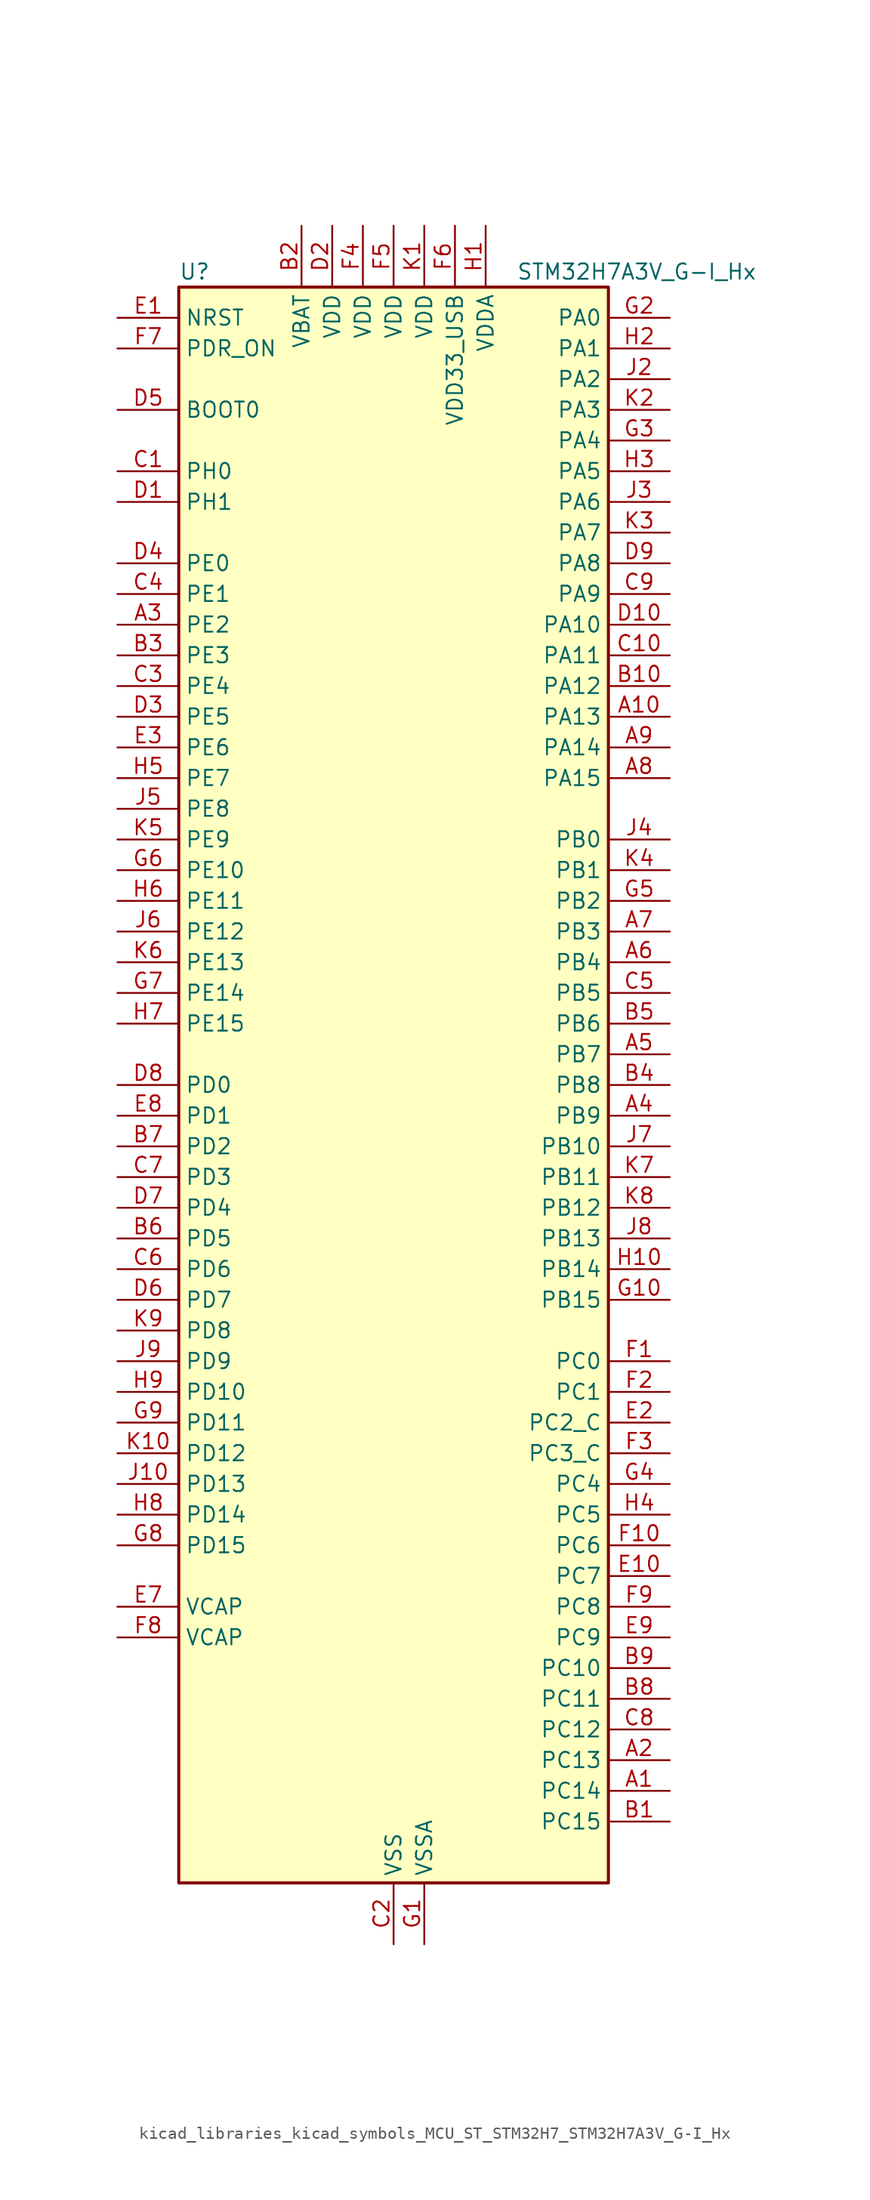
<source format=kicad_sym>
(kicad_symbol_lib
  (version 20220914)
  (generator kicad_symbol_editor)
  (symbol "kicad_libraries_kicad_symbols_MCU_ST_STM32H7_STM32H7A3V_G-I_Hx"
    (property "Reference" "U"
      (at -17.78 67.31 0)
      (effects (font (size 1.27 1.27)) (justify left)))
    (property "Value" "STM32H7A3V_G-I_Hx"
      (at 10.16 67.31 0)
      (effects (font (size 1.27 1.27)) (justify left)))
    (property "ki_locked" ""
      (at 0 0 0)
      (effects (font (size 1.27 1.27))))
    (symbol "kicad_libraries_kicad_symbols_MCU_ST_STM32H7_STM32H7A3V_G-I_Hx_0_1"
      (rectangle (start -17.78 -66.04) (end 17.78 66.04) (stroke (width 0.254) (type default)) (fill (type background))))
    (symbol "kicad_libraries_kicad_symbols_MCU_ST_STM32H7_STM32H7A3V_G-I_Hx_1_1"
      (pin bidirectional line (at 22.86 -58.42 180) (length 5.08) (name "PC14" (effects (font (size 1.27 1.27)))) (number "A1" (effects (font (size 1.27 1.27)))) (alternate "RCC_OSC32_IN" bidirectional line))
      (pin bidirectional line (at 22.86 30.48 180) (length 5.08) (name "PA13" (effects (font (size 1.27 1.27)))) (number "A10" (effects (font (size 1.27 1.27)))) (alternate "DEBUG_JTMS-SWDIO" bidirectional line))
      (pin bidirectional line (at 22.86 -55.88 180) (length 5.08) (name "PC13" (effects (font (size 1.27 1.27)))) (number "A2" (effects (font (size 1.27 1.27)))) (alternate "PWR_WKUP4" bidirectional line) (alternate "RTC_OUT_ALARM" bidirectional line) (alternate "RTC_OUT_CALIB" bidirectional line) (alternate "RTC_TAMP1" bidirectional line) (alternate "RTC_TS" bidirectional line))
      (pin bidirectional line (at -22.86 38.1 0) (length 5.08) (name "PE2" (effects (font (size 1.27 1.27)))) (number "A3" (effects (font (size 1.27 1.27)))) (alternate "DEBUG_TRACECLK" bidirectional line) (alternate "FMC_A23" bidirectional line) (alternate "OCTOSPIM_P1_IO2" bidirectional line) (alternate "SAI1_CK1" bidirectional line) (alternate "SAI1_MCLK_A" bidirectional line) (alternate "SPI4_SCK" bidirectional line) (alternate "USART10_RX" bidirectional line))
      (pin bidirectional line (at 22.86 -2.54 180) (length 5.08) (name "PB9" (effects (font (size 1.27 1.27)))) (number "A4" (effects (font (size 1.27 1.27)))) (alternate "DAC1_EXTI9" bidirectional line) (alternate "DCMI_D7" bidirectional line) (alternate "DFSDM1_DATIN7" bidirectional line) (alternate "FDCAN1_TX" bidirectional line) (alternate "I2C1_SDA" bidirectional line) (alternate "I2C4_SDA" bidirectional line) (alternate "I2C4_SMBA" bidirectional line) (alternate "I2S2_WS" bidirectional line) (alternate "LTDC_B7" bidirectional line) (alternate "PSSI_D7" bidirectional line) (alternate "SDMMC1_CDIR" bidirectional line) (alternate "SDMMC1_D5" bidirectional line) (alternate "SDMMC2_D5" bidirectional line) (alternate "SPI2_NSS" bidirectional line) (alternate "TIM17_CH1" bidirectional line) (alternate "TIM4_CH4" bidirectional line) (alternate "UART4_TX" bidirectional line))
      (pin bidirectional line (at 22.86 2.54 180) (length 5.08) (name "PB7" (effects (font (size 1.27 1.27)))) (number "A5" (effects (font (size 1.27 1.27)))) (alternate "DCMI_VSYNC" bidirectional line) (alternate "DFSDM1_CKIN5" bidirectional line) (alternate "FMC_NL" bidirectional line) (alternate "I2C1_SDA" bidirectional line) (alternate "I2C4_SDA" bidirectional line) (alternate "LPUART1_RX" bidirectional line) (alternate "PSSI_RDY" bidirectional line) (alternate "PWR_PVD_IN" bidirectional line) (alternate "TIM17_CH1N" bidirectional line) (alternate "TIM4_CH2" bidirectional line) (alternate "USART1_RX" bidirectional line))
      (pin bidirectional line (at 22.86 10.16 180) (length 5.08) (name "PB4" (effects (font (size 1.27 1.27)))) (number "A6" (effects (font (size 1.27 1.27)))) (alternate "DEBUG_JTRST" bidirectional line) (alternate "I2S1_SDI" bidirectional line) (alternate "I2S2_WS" bidirectional line) (alternate "I2S3_SDI" bidirectional line) (alternate "I2S6_SDI" bidirectional line) (alternate "SDMMC2_D3" bidirectional line) (alternate "SPI1_MISO" bidirectional line) (alternate "SPI2_NSS" bidirectional line) (alternate "SPI3_MISO" bidirectional line) (alternate "SPI6_MISO" bidirectional line) (alternate "TIM16_BKIN" bidirectional line) (alternate "TIM3_CH1" bidirectional line) (alternate "UART7_TX" bidirectional line))
      (pin bidirectional line (at 22.86 12.7 180) (length 5.08) (name "PB3" (effects (font (size 1.27 1.27)))) (number "A7" (effects (font (size 1.27 1.27)))) (alternate "CRS_SYNC" bidirectional line) (alternate "DEBUG_JTDO-SWO" bidirectional line) (alternate "I2S1_CK" bidirectional line) (alternate "I2S3_CK" bidirectional line) (alternate "I2S6_CK" bidirectional line) (alternate "SDMMC2_D2" bidirectional line) (alternate "SPI1_SCK" bidirectional line) (alternate "SPI3_SCK" bidirectional line) (alternate "SPI6_SCK" bidirectional line) (alternate "TIM2_CH2" bidirectional line) (alternate "UART7_RX" bidirectional line))
      (pin bidirectional line (at 22.86 25.4 180) (length 5.08) (name "PA15" (effects (font (size 1.27 1.27)))) (number "A8" (effects (font (size 1.27 1.27)))) (alternate "ADC1_EXTI15" bidirectional line) (alternate "ADC2_EXTI15" bidirectional line) (alternate "CEC" bidirectional line) (alternate "DEBUG_JTDI" bidirectional line) (alternate "I2S1_WS" bidirectional line) (alternate "I2S3_WS" bidirectional line) (alternate "I2S6_WS" bidirectional line) (alternate "LTDC_B6" bidirectional line) (alternate "LTDC_R3" bidirectional line) (alternate "SPI1_NSS" bidirectional line) (alternate "SPI3_NSS" bidirectional line) (alternate "SPI6_NSS" bidirectional line) (alternate "TIM2_CH1" bidirectional line) (alternate "TIM2_ETR" bidirectional line) (alternate "UART4_DE" bidirectional line) (alternate "UART4_RTS" bidirectional line) (alternate "UART7_TX" bidirectional line))
      (pin bidirectional line (at 22.86 27.94 180) (length 5.08) (name "PA14" (effects (font (size 1.27 1.27)))) (number "A9" (effects (font (size 1.27 1.27)))) (alternate "DEBUG_JTCK-SWCLK" bidirectional line))
      (pin bidirectional line (at 22.86 -60.96 180) (length 5.08) (name "PC15" (effects (font (size 1.27 1.27)))) (number "B1" (effects (font (size 1.27 1.27)))) (alternate "ADC1_EXTI15" bidirectional line) (alternate "ADC2_EXTI15" bidirectional line) (alternate "RCC_OSC32_OUT" bidirectional line))
      (pin bidirectional line (at 22.86 33.02 180) (length 5.08) (name "PA12" (effects (font (size 1.27 1.27)))) (number "B10" (effects (font (size 1.27 1.27)))) (alternate "FDCAN1_TX" bidirectional line) (alternate "I2S2_CK" bidirectional line) (alternate "LPUART1_DE" bidirectional line) (alternate "LPUART1_RTS" bidirectional line) (alternate "LTDC_R5" bidirectional line) (alternate "SAI2_FS_B" bidirectional line) (alternate "SPI2_SCK" bidirectional line) (alternate "TIM1_ETR" bidirectional line) (alternate "UART4_TX" bidirectional line) (alternate "USART1_DE" bidirectional line) (alternate "USART1_RTS" bidirectional line) (alternate "USB_OTG_HS_DP" bidirectional line))
      (pin power_in line (at -7.62 71.12 270) (length 5.08) (name "VBAT" (effects (font (size 1.27 1.27)))) (number "B2" (effects (font (size 1.27 1.27)))))
      (pin bidirectional line (at -22.86 35.56 0) (length 5.08) (name "PE3" (effects (font (size 1.27 1.27)))) (number "B3" (effects (font (size 1.27 1.27)))) (alternate "DEBUG_TRACED0" bidirectional line) (alternate "FMC_A19" bidirectional line) (alternate "SAI1_SD_B" bidirectional line) (alternate "TIM15_BKIN" bidirectional line) (alternate "USART10_TX" bidirectional line))
      (pin bidirectional line (at 22.86 0 180) (length 5.08) (name "PB8" (effects (font (size 1.27 1.27)))) (number "B4" (effects (font (size 1.27 1.27)))) (alternate "DCMI_D6" bidirectional line) (alternate "DFSDM1_CKIN7" bidirectional line) (alternate "FDCAN1_RX" bidirectional line) (alternate "I2C1_SCL" bidirectional line) (alternate "I2C4_SCL" bidirectional line) (alternate "LTDC_B6" bidirectional line) (alternate "PSSI_D6" bidirectional line) (alternate "SDMMC1_CKIN" bidirectional line) (alternate "SDMMC1_D4" bidirectional line) (alternate "SDMMC2_D4" bidirectional line) (alternate "TIM16_CH1" bidirectional line) (alternate "TIM4_CH3" bidirectional line) (alternate "UART4_RX" bidirectional line))
      (pin bidirectional line (at 22.86 5.08 180) (length 5.08) (name "PB6" (effects (font (size 1.27 1.27)))) (number "B5" (effects (font (size 1.27 1.27)))) (alternate "CEC" bidirectional line) (alternate "DCMI_D5" bidirectional line) (alternate "DFSDM1_DATIN5" bidirectional line) (alternate "FDCAN2_TX" bidirectional line) (alternate "FMC_SDNE1" bidirectional line) (alternate "I2C1_SCL" bidirectional line) (alternate "I2C4_SCL" bidirectional line) (alternate "LPUART1_TX" bidirectional line) (alternate "OCTOSPIM_P1_NCS" bidirectional line) (alternate "PSSI_D5" bidirectional line) (alternate "TIM16_CH1N" bidirectional line) (alternate "TIM4_CH1" bidirectional line) (alternate "UART5_TX" bidirectional line) (alternate "USART1_TX" bidirectional line))
      (pin bidirectional line (at -22.86 -12.7 0) (length 5.08) (name "PD5" (effects (font (size 1.27 1.27)))) (number "B6" (effects (font (size 1.27 1.27)))) (alternate "FMC_NWE" bidirectional line) (alternate "OCTOSPIM_P1_IO5" bidirectional line) (alternate "USART2_TX" bidirectional line))
      (pin bidirectional line (at -22.86 -5.08 0) (length 5.08) (name "PD2" (effects (font (size 1.27 1.27)))) (number "B7" (effects (font (size 1.27 1.27)))) (alternate "DCMI_D11" bidirectional line) (alternate "DEBUG_TRACED2" bidirectional line) (alternate "LTDC_B2" bidirectional line) (alternate "LTDC_B7" bidirectional line) (alternate "PSSI_D11" bidirectional line) (alternate "SDMMC1_CMD" bidirectional line) (alternate "TIM15_BKIN" bidirectional line) (alternate "TIM3_ETR" bidirectional line) (alternate "UART5_RX" bidirectional line))
      (pin bidirectional line (at 22.86 -50.8 180) (length 5.08) (name "PC11" (effects (font (size 1.27 1.27)))) (number "B8" (effects (font (size 1.27 1.27)))) (alternate "ADC1_EXTI11" bidirectional line) (alternate "ADC2_EXTI11" bidirectional line) (alternate "DCMI_D4" bidirectional line) (alternate "DFSDM1_DATIN5" bidirectional line) (alternate "DFSDM2_DATIN0" bidirectional line) (alternate "I2S3_SDI" bidirectional line) (alternate "LTDC_B4" bidirectional line) (alternate "OCTOSPIM_P1_NCS" bidirectional line) (alternate "PSSI_D4" bidirectional line) (alternate "SDMMC1_D3" bidirectional line) (alternate "SPI3_MISO" bidirectional line) (alternate "UART4_RX" bidirectional line) (alternate "USART3_RX" bidirectional line))
      (pin bidirectional line (at 22.86 -48.26 180) (length 5.08) (name "PC10" (effects (font (size 1.27 1.27)))) (number "B9" (effects (font (size 1.27 1.27)))) (alternate "DCMI_D8" bidirectional line) (alternate "DFSDM1_CKIN5" bidirectional line) (alternate "DFSDM2_CKIN0" bidirectional line) (alternate "I2S3_CK" bidirectional line) (alternate "LTDC_B1" bidirectional line) (alternate "LTDC_R2" bidirectional line) (alternate "OCTOSPIM_P1_IO1" bidirectional line) (alternate "PSSI_D8" bidirectional line) (alternate "SDMMC1_D2" bidirectional line) (alternate "SPI3_SCK" bidirectional line) (alternate "SWPMI1_RX" bidirectional line) (alternate "UART4_TX" bidirectional line) (alternate "USART3_TX" bidirectional line))
      (pin bidirectional line (at -22.86 50.8 0) (length 5.08) (name "PH0" (effects (font (size 1.27 1.27)))) (number "C1" (effects (font (size 1.27 1.27)))) (alternate "RCC_OSC_IN" bidirectional line))
      (pin bidirectional line (at 22.86 35.56 180) (length 5.08) (name "PA11" (effects (font (size 1.27 1.27)))) (number "C10" (effects (font (size 1.27 1.27)))) (alternate "ADC1_EXTI11" bidirectional line) (alternate "ADC2_EXTI11" bidirectional line) (alternate "FDCAN1_RX" bidirectional line) (alternate "I2S2_WS" bidirectional line) (alternate "LPUART1_CTS" bidirectional line) (alternate "LTDC_R4" bidirectional line) (alternate "SPI2_NSS" bidirectional line) (alternate "TIM1_CH4" bidirectional line) (alternate "UART4_RX" bidirectional line) (alternate "USART1_CTS" bidirectional line) (alternate "USART1_NSS" bidirectional line) (alternate "USB_OTG_HS_DM" bidirectional line))
      (pin power_in line (at 0 -71.12 90) (length 5.08) (name "VSS" (effects (font (size 1.27 1.27)))) (number "C2" (effects (font (size 1.27 1.27)))))
      (pin bidirectional line (at -22.86 33.02 0) (length 5.08) (name "PE4" (effects (font (size 1.27 1.27)))) (number "C3" (effects (font (size 1.27 1.27)))) (alternate "DCMI_D4" bidirectional line) (alternate "DEBUG_TRACED1" bidirectional line) (alternate "DFSDM1_DATIN3" bidirectional line) (alternate "FMC_A20" bidirectional line) (alternate "LTDC_B0" bidirectional line) (alternate "PSSI_D4" bidirectional line) (alternate "SAI1_D2" bidirectional line) (alternate "SAI1_FS_A" bidirectional line) (alternate "SPI4_NSS" bidirectional line) (alternate "TIM15_CH1N" bidirectional line))
      (pin bidirectional line (at -22.86 40.64 0) (length 5.08) (name "PE1" (effects (font (size 1.27 1.27)))) (number "C4" (effects (font (size 1.27 1.27)))) (alternate "DCMI_D3" bidirectional line) (alternate "FMC_NBL1" bidirectional line) (alternate "LPTIM1_IN2" bidirectional line) (alternate "LTDC_R6" bidirectional line) (alternate "PSSI_D3" bidirectional line) (alternate "UART8_TX" bidirectional line))
      (pin bidirectional line (at 22.86 7.62 180) (length 5.08) (name "PB5" (effects (font (size 1.27 1.27)))) (number "C5" (effects (font (size 1.27 1.27)))) (alternate "DCMI_D10" bidirectional line) (alternate "FDCAN2_RX" bidirectional line) (alternate "FMC_SDCKE1" bidirectional line) (alternate "I2C1_SMBA" bidirectional line) (alternate "I2C4_SMBA" bidirectional line) (alternate "I2S1_SDO" bidirectional line) (alternate "I2S3_SDO" bidirectional line) (alternate "I2S6_SDO" bidirectional line) (alternate "LTDC_B5" bidirectional line) (alternate "PSSI_D10" bidirectional line) (alternate "SPI1_MOSI" bidirectional line) (alternate "SPI3_MOSI" bidirectional line) (alternate "SPI6_MOSI" bidirectional line) (alternate "TIM17_BKIN" bidirectional line) (alternate "TIM3_CH2" bidirectional line) (alternate "UART5_RX" bidirectional line) (alternate "USB_OTG_HS_ULPI_D7" bidirectional line))
      (pin bidirectional line (at -22.86 -15.24 0) (length 5.08) (name "PD6" (effects (font (size 1.27 1.27)))) (number "C6" (effects (font (size 1.27 1.27)))) (alternate "DCMI_D10" bidirectional line) (alternate "DFSDM1_CKIN4" bidirectional line) (alternate "DFSDM1_DATIN1" bidirectional line) (alternate "FMC_NWAIT" bidirectional line) (alternate "I2S3_SDO" bidirectional line) (alternate "LTDC_B2" bidirectional line) (alternate "OCTOSPIM_P1_IO6" bidirectional line) (alternate "PSSI_D10" bidirectional line) (alternate "SAI1_D1" bidirectional line) (alternate "SAI1_SD_A" bidirectional line) (alternate "SDMMC2_CK" bidirectional line) (alternate "SPI3_MOSI" bidirectional line) (alternate "USART2_RX" bidirectional line))
      (pin bidirectional line (at -22.86 -7.62 0) (length 5.08) (name "PD3" (effects (font (size 1.27 1.27)))) (number "C7" (effects (font (size 1.27 1.27)))) (alternate "DCMI_D5" bidirectional line) (alternate "DFSDM1_CKOUT" bidirectional line) (alternate "FMC_CLK" bidirectional line) (alternate "I2S2_CK" bidirectional line) (alternate "LTDC_G7" bidirectional line) (alternate "PSSI_D5" bidirectional line) (alternate "SPI2_SCK" bidirectional line) (alternate "USART2_CTS" bidirectional line) (alternate "USART2_NSS" bidirectional line))
      (pin bidirectional line (at 22.86 -53.34 180) (length 5.08) (name "PC12" (effects (font (size 1.27 1.27)))) (number "C8" (effects (font (size 1.27 1.27)))) (alternate "DCMI_D9" bidirectional line) (alternate "DEBUG_TRACED3" bidirectional line) (alternate "DFSDM2_CKOUT" bidirectional line) (alternate "I2S3_SDO" bidirectional line) (alternate "I2S6_CK" bidirectional line) (alternate "LTDC_R6" bidirectional line) (alternate "PSSI_D9" bidirectional line) (alternate "SDMMC1_CK" bidirectional line) (alternate "SPI3_MOSI" bidirectional line) (alternate "SPI6_SCK" bidirectional line) (alternate "TIM15_CH1" bidirectional line) (alternate "UART5_TX" bidirectional line) (alternate "USART3_CK" bidirectional line))
      (pin bidirectional line (at 22.86 40.64 180) (length 5.08) (name "PA9" (effects (font (size 1.27 1.27)))) (number "C9" (effects (font (size 1.27 1.27)))) (alternate "DAC1_EXTI9" bidirectional line) (alternate "DCMI_D0" bidirectional line) (alternate "I2C3_SMBA" bidirectional line) (alternate "I2S2_CK" bidirectional line) (alternate "LPUART1_TX" bidirectional line) (alternate "LTDC_R5" bidirectional line) (alternate "PSSI_D0" bidirectional line) (alternate "SPI2_SCK" bidirectional line) (alternate "TIM1_CH2" bidirectional line) (alternate "USART1_TX" bidirectional line) (alternate "USB_OTG_HS_VBUS" bidirectional line))
      (pin bidirectional line (at -22.86 48.26 0) (length 5.08) (name "PH1" (effects (font (size 1.27 1.27)))) (number "D1" (effects (font (size 1.27 1.27)))) (alternate "RCC_OSC_OUT" bidirectional line))
      (pin bidirectional line (at 22.86 38.1 180) (length 5.08) (name "PA10" (effects (font (size 1.27 1.27)))) (number "D10" (effects (font (size 1.27 1.27)))) (alternate "DCMI_D1" bidirectional line) (alternate "LPUART1_RX" bidirectional line) (alternate "LTDC_B1" bidirectional line) (alternate "LTDC_B4" bidirectional line) (alternate "MDIOS_MDIO" bidirectional line) (alternate "PSSI_D1" bidirectional line) (alternate "TIM1_CH3" bidirectional line) (alternate "USART1_RX" bidirectional line) (alternate "USB_OTG_HS_ID" bidirectional line))
      (pin power_in line (at -5.08 71.12 270) (length 5.08) (name "VDD" (effects (font (size 1.27 1.27)))) (number "D2" (effects (font (size 1.27 1.27)))))
      (pin bidirectional line (at -22.86 30.48 0) (length 5.08) (name "PE5" (effects (font (size 1.27 1.27)))) (number "D3" (effects (font (size 1.27 1.27)))) (alternate "DCMI_D6" bidirectional line) (alternate "DEBUG_TRACED2" bidirectional line) (alternate "DFSDM1_CKIN3" bidirectional line) (alternate "FMC_A21" bidirectional line) (alternate "LTDC_G0" bidirectional line) (alternate "PSSI_D6" bidirectional line) (alternate "SAI1_CK2" bidirectional line) (alternate "SAI1_SCK_A" bidirectional line) (alternate "SPI4_MISO" bidirectional line) (alternate "TIM15_CH1" bidirectional line))
      (pin bidirectional line (at -22.86 43.18 0) (length 5.08) (name "PE0" (effects (font (size 1.27 1.27)))) (number "D4" (effects (font (size 1.27 1.27)))) (alternate "DCMI_D2" bidirectional line) (alternate "FMC_NBL0" bidirectional line) (alternate "LPTIM1_ETR" bidirectional line) (alternate "LPTIM2_ETR" bidirectional line) (alternate "LTDC_R0" bidirectional line) (alternate "PSSI_D2" bidirectional line) (alternate "SAI2_MCLK_A" bidirectional line) (alternate "TIM4_ETR" bidirectional line) (alternate "UART8_RX" bidirectional line))
      (pin input line (at -22.86 55.88 0) (length 5.08) (name "BOOT0" (effects (font (size 1.27 1.27)))) (number "D5" (effects (font (size 1.27 1.27)))))
      (pin bidirectional line (at -22.86 -17.78 0) (length 5.08) (name "PD7" (effects (font (size 1.27 1.27)))) (number "D6" (effects (font (size 1.27 1.27)))) (alternate "DFSDM1_CKIN1" bidirectional line) (alternate "DFSDM1_DATIN4" bidirectional line) (alternate "FMC_NE1" bidirectional line) (alternate "I2S1_SDO" bidirectional line) (alternate "OCTOSPIM_P1_IO7" bidirectional line) (alternate "SDMMC2_CMD" bidirectional line) (alternate "SPDIFRX_IN0" bidirectional line) (alternate "SPI1_MOSI" bidirectional line) (alternate "USART2_CK" bidirectional line))
      (pin bidirectional line (at -22.86 -10.16 0) (length 5.08) (name "PD4" (effects (font (size 1.27 1.27)))) (number "D7" (effects (font (size 1.27 1.27)))) (alternate "FMC_NOE" bidirectional line) (alternate "OCTOSPIM_P1_IO4" bidirectional line) (alternate "USART2_DE" bidirectional line) (alternate "USART2_RTS" bidirectional line))
      (pin bidirectional line (at -22.86 0 0) (length 5.08) (name "PD0" (effects (font (size 1.27 1.27)))) (number "D8" (effects (font (size 1.27 1.27)))) (alternate "DFSDM1_CKIN6" bidirectional line) (alternate "FDCAN1_RX" bidirectional line) (alternate "FMC_D2" bidirectional line) (alternate "FMC_DA2" bidirectional line) (alternate "LTDC_B1" bidirectional line) (alternate "UART4_RX" bidirectional line) (alternate "UART9_CTS" bidirectional line))
      (pin bidirectional line (at 22.86 43.18 180) (length 5.08) (name "PA8" (effects (font (size 1.27 1.27)))) (number "D9" (effects (font (size 1.27 1.27)))) (alternate "I2C3_SCL" bidirectional line) (alternate "LTDC_B3" bidirectional line) (alternate "LTDC_R6" bidirectional line) (alternate "RCC_MCO_1" bidirectional line) (alternate "TIM1_CH1" bidirectional line) (alternate "TIM8_BKIN2" bidirectional line) (alternate "TIM8_BKIN2_COMP1" bidirectional line) (alternate "TIM8_BKIN2_COMP2" bidirectional line) (alternate "UART7_RX" bidirectional line) (alternate "USART1_CK" bidirectional line) (alternate "USB_OTG_HS_SOF" bidirectional line))
      (pin input line (at -22.86 63.5 0) (length 5.08) (name "NRST" (effects (font (size 1.27 1.27)))) (number "E1" (effects (font (size 1.27 1.27)))))
      (pin bidirectional line (at 22.86 -40.64 180) (length 5.08) (name "PC7" (effects (font (size 1.27 1.27)))) (number "E10" (effects (font (size 1.27 1.27)))) (alternate "DCMI_D1" bidirectional line) (alternate "DEBUG_TRGIO" bidirectional line) (alternate "DFSDM1_DATIN3" bidirectional line) (alternate "FMC_NE1" bidirectional line) (alternate "I2S3_MCK" bidirectional line) (alternate "LTDC_G6" bidirectional line) (alternate "PSSI_D1" bidirectional line) (alternate "SDMMC1_D123DIR" bidirectional line) (alternate "SDMMC1_D7" bidirectional line) (alternate "SDMMC2_D7" bidirectional line) (alternate "SWPMI1_TX" bidirectional line) (alternate "TIM3_CH2" bidirectional line) (alternate "TIM8_CH2" bidirectional line) (alternate "USART6_RX" bidirectional line))
      (pin bidirectional line (at 22.86 -27.94 180) (length 5.08) (name "PC2_C" (effects (font (size 1.27 1.27)))) (number "E2" (effects (font (size 1.27 1.27)))) (alternate "ADC2_INN1" bidirectional line) (alternate "ADC2_INP0" bidirectional line) (alternate "DFSDM1_CKIN1" bidirectional line) (alternate "DFSDM1_CKOUT" bidirectional line) (alternate "FMC_SDNE0" bidirectional line) (alternate "I2S2_SDI" bidirectional line) (alternate "OCTOSPIM_P1_IO2" bidirectional line) (alternate "OCTOSPIM_P1_IO5" bidirectional line) (alternate "PWR_CSTOP" bidirectional line) (alternate "SPI2_MISO" bidirectional line) (alternate "USB_OTG_HS_ULPI_DIR" bidirectional line))
      (pin bidirectional line (at -22.86 27.94 0) (length 5.08) (name "PE6" (effects (font (size 1.27 1.27)))) (number "E3" (effects (font (size 1.27 1.27)))) (alternate "DCMI_D7" bidirectional line) (alternate "DEBUG_TRACED3" bidirectional line) (alternate "FMC_A22" bidirectional line) (alternate "LTDC_G1" bidirectional line) (alternate "PSSI_D7" bidirectional line) (alternate "SAI1_D1" bidirectional line) (alternate "SAI1_SD_A" bidirectional line) (alternate "SAI2_MCLK_B" bidirectional line) (alternate "SPI4_MOSI" bidirectional line) (alternate "TIM15_CH2" bidirectional line) (alternate "TIM1_BKIN2" bidirectional line) (alternate "TIM1_BKIN2_COMP1" bidirectional line) (alternate "TIM1_BKIN2_COMP2" bidirectional line))
      (pin passive line (at 0 -71.12 90) (length 5.08) hide (name "VSS" (effects (font (size 1.27 1.27)))) (number "E4" (effects (font (size 1.27 1.27)))))
      (pin passive line (at 0 -71.12 90) (length 5.08) hide (name "VSS" (effects (font (size 1.27 1.27)))) (number "E5" (effects (font (size 1.27 1.27)))))
      (pin passive line (at 0 -71.12 90) (length 5.08) hide (name "VSS" (effects (font (size 1.27 1.27)))) (number "E6" (effects (font (size 1.27 1.27)))))
      (pin power_out line (at -22.86 -43.18 0) (length 5.08) (name "VCAP" (effects (font (size 1.27 1.27)))) (number "E7" (effects (font (size 1.27 1.27)))))
      (pin bidirectional line (at -22.86 -2.54 0) (length 5.08) (name "PD1" (effects (font (size 1.27 1.27)))) (number "E8" (effects (font (size 1.27 1.27)))) (alternate "DFSDM1_DATIN6" bidirectional line) (alternate "FDCAN1_TX" bidirectional line) (alternate "FMC_D3" bidirectional line) (alternate "FMC_DA3" bidirectional line) (alternate "UART4_TX" bidirectional line))
      (pin bidirectional line (at 22.86 -45.72 180) (length 5.08) (name "PC9" (effects (font (size 1.27 1.27)))) (number "E9" (effects (font (size 1.27 1.27)))) (alternate "DAC1_EXTI9" bidirectional line) (alternate "DCMI_D3" bidirectional line) (alternate "I2C3_SDA" bidirectional line) (alternate "I2S_CKIN" bidirectional line) (alternate "LTDC_B2" bidirectional line) (alternate "LTDC_G3" bidirectional line) (alternate "OCTOSPIM_P1_IO0" bidirectional line) (alternate "PSSI_D3" bidirectional line) (alternate "RCC_MCO_2" bidirectional line) (alternate "SDMMC1_D1" bidirectional line) (alternate "SWPMI1_SUSPEND" bidirectional line) (alternate "TIM3_CH4" bidirectional line) (alternate "TIM8_CH4" bidirectional line) (alternate "UART5_CTS" bidirectional line))
      (pin bidirectional line (at 22.86 -22.86 180) (length 5.08) (name "PC0" (effects (font (size 1.27 1.27)))) (number "F1" (effects (font (size 1.27 1.27)))) (alternate "ADC1_INP10" bidirectional line) (alternate "ADC2_INP10" bidirectional line) (alternate "DFSDM1_CKIN0" bidirectional line) (alternate "DFSDM1_DATIN4" bidirectional line) (alternate "FMC_A25" bidirectional line) (alternate "FMC_SDNWE" bidirectional line) (alternate "LTDC_G2" bidirectional line) (alternate "LTDC_R5" bidirectional line) (alternate "SAI2_FS_B" bidirectional line) (alternate "USB_OTG_HS_ULPI_STP" bidirectional line))
      (pin bidirectional line (at 22.86 -38.1 180) (length 5.08) (name "PC6" (effects (font (size 1.27 1.27)))) (number "F10" (effects (font (size 1.27 1.27)))) (alternate "DCMI_D0" bidirectional line) (alternate "DFSDM1_CKIN3" bidirectional line) (alternate "FMC_NWAIT" bidirectional line) (alternate "I2S2_MCK" bidirectional line) (alternate "LTDC_HSYNC" bidirectional line) (alternate "PSSI_D0" bidirectional line) (alternate "SDMMC1_D0DIR" bidirectional line) (alternate "SDMMC1_D6" bidirectional line) (alternate "SDMMC2_D6" bidirectional line) (alternate "SWPMI1_IO" bidirectional line) (alternate "TIM3_CH1" bidirectional line) (alternate "TIM8_CH1" bidirectional line) (alternate "USART6_TX" bidirectional line))
      (pin bidirectional line (at 22.86 -25.4 180) (length 5.08) (name "PC1" (effects (font (size 1.27 1.27)))) (number "F2" (effects (font (size 1.27 1.27)))) (alternate "ADC1_INN10" bidirectional line) (alternate "ADC1_INP11" bidirectional line) (alternate "ADC2_INN10" bidirectional line) (alternate "ADC2_INP11" bidirectional line) (alternate "DEBUG_TRACED0" bidirectional line) (alternate "DFSDM1_CKIN4" bidirectional line) (alternate "DFSDM1_DATIN0" bidirectional line) (alternate "I2S2_SDO" bidirectional line) (alternate "LTDC_G5" bidirectional line) (alternate "MDIOS_MDC" bidirectional line) (alternate "OCTOSPIM_P1_IO4" bidirectional line) (alternate "PWR_WKUP6" bidirectional line) (alternate "RTC_TAMP3" bidirectional line) (alternate "SAI1_D1" bidirectional line) (alternate "SAI1_SD_A" bidirectional line) (alternate "SDMMC2_CK" bidirectional line) (alternate "SPI2_MOSI" bidirectional line))
      (pin bidirectional line (at 22.86 -30.48 180) (length 5.08) (name "PC3_C" (effects (font (size 1.27 1.27)))) (number "F3" (effects (font (size 1.27 1.27)))) (alternate "ADC2_INP1" bidirectional line) (alternate "DFSDM1_DATIN1" bidirectional line) (alternate "FMC_SDCKE0" bidirectional line) (alternate "I2S2_SDO" bidirectional line) (alternate "OCTOSPIM_P1_IO0" bidirectional line) (alternate "OCTOSPIM_P1_IO6" bidirectional line) (alternate "PWR_CSLEEP" bidirectional line) (alternate "SPI2_MOSI" bidirectional line) (alternate "USB_OTG_HS_ULPI_NXT" bidirectional line))
      (pin power_in line (at -2.54 71.12 270) (length 5.08) (name "VDD" (effects (font (size 1.27 1.27)))) (number "F4" (effects (font (size 1.27 1.27)))))
      (pin power_in line (at 0 71.12 270) (length 5.08) (name "VDD" (effects (font (size 1.27 1.27)))) (number "F5" (effects (font (size 1.27 1.27)))))
      (pin power_in line (at 5.08 71.12 270) (length 5.08) (name "VDD33_USB" (effects (font (size 1.27 1.27)))) (number "F6" (effects (font (size 1.27 1.27)))))
      (pin input line (at -22.86 60.96 0) (length 5.08) (name "PDR_ON" (effects (font (size 1.27 1.27)))) (number "F7" (effects (font (size 1.27 1.27)))))
      (pin power_out line (at -22.86 -45.72 0) (length 5.08) (name "VCAP" (effects (font (size 1.27 1.27)))) (number "F8" (effects (font (size 1.27 1.27)))))
      (pin bidirectional line (at 22.86 -43.18 180) (length 5.08) (name "PC8" (effects (font (size 1.27 1.27)))) (number "F9" (effects (font (size 1.27 1.27)))) (alternate "DCMI_D2" bidirectional line) (alternate "DEBUG_TRACED1" bidirectional line) (alternate "FMC_INT" bidirectional line) (alternate "FMC_NCE" bidirectional line) (alternate "FMC_NE2" bidirectional line) (alternate "PSSI_D2" bidirectional line) (alternate "SDMMC1_D0" bidirectional line) (alternate "SWPMI1_RX" bidirectional line) (alternate "TIM3_CH3" bidirectional line) (alternate "TIM8_CH3" bidirectional line) (alternate "UART5_DE" bidirectional line) (alternate "UART5_RTS" bidirectional line) (alternate "USART6_CK" bidirectional line))
      (pin power_in line (at 2.54 -71.12 90) (length 5.08) (name "VSSA" (effects (font (size 1.27 1.27)))) (number "G1" (effects (font (size 1.27 1.27)))))
      (pin bidirectional line (at 22.86 -17.78 180) (length 5.08) (name "PB15" (effects (font (size 1.27 1.27)))) (number "G10" (effects (font (size 1.27 1.27)))) (alternate "ADC1_EXTI15" bidirectional line) (alternate "ADC2_EXTI15" bidirectional line) (alternate "DFSDM1_CKIN2" bidirectional line) (alternate "I2S2_SDO" bidirectional line) (alternate "LTDC_G7" bidirectional line) (alternate "RTC_REFIN" bidirectional line) (alternate "SDMMC2_D1" bidirectional line) (alternate "SPI2_MOSI" bidirectional line) (alternate "TIM12_CH2" bidirectional line) (alternate "TIM1_CH3N" bidirectional line) (alternate "TIM8_CH3N" bidirectional line) (alternate "UART4_CTS" bidirectional line) (alternate "USART1_RX" bidirectional line))
      (pin bidirectional line (at 22.86 63.5 180) (length 5.08) (name "PA0" (effects (font (size 1.27 1.27)))) (number "G2" (effects (font (size 1.27 1.27)))) (alternate "ADC1_INP16" bidirectional line) (alternate "I2S6_WS" bidirectional line) (alternate "PWR_WKUP1" bidirectional line) (alternate "SAI2_SD_B" bidirectional line) (alternate "SDMMC2_CMD" bidirectional line) (alternate "SPI6_NSS" bidirectional line) (alternate "TIM15_BKIN" bidirectional line) (alternate "TIM2_CH1" bidirectional line) (alternate "TIM2_ETR" bidirectional line) (alternate "TIM5_CH1" bidirectional line) (alternate "TIM8_ETR" bidirectional line) (alternate "UART4_TX" bidirectional line) (alternate "USART2_CTS" bidirectional line) (alternate "USART2_NSS" bidirectional line))
      (pin bidirectional line (at 22.86 53.34 180) (length 5.08) (name "PA4" (effects (font (size 1.27 1.27)))) (number "G3" (effects (font (size 1.27 1.27)))) (alternate "ADC1_INP18" bidirectional line) (alternate "DAC1_OUT1" bidirectional line) (alternate "DCMI_HSYNC" bidirectional line) (alternate "I2S1_WS" bidirectional line) (alternate "I2S3_WS" bidirectional line) (alternate "I2S6_WS" bidirectional line) (alternate "LTDC_VSYNC" bidirectional line) (alternate "PSSI_DE" bidirectional line) (alternate "SPI1_NSS" bidirectional line) (alternate "SPI3_NSS" bidirectional line) (alternate "SPI6_NSS" bidirectional line) (alternate "TIM5_ETR" bidirectional line) (alternate "USART2_CK" bidirectional line))
      (pin bidirectional line (at 22.86 -33.02 180) (length 5.08) (name "PC4" (effects (font (size 1.27 1.27)))) (number "G4" (effects (font (size 1.27 1.27)))) (alternate "ADC1_INP4" bidirectional line) (alternate "ADC2_INP4" bidirectional line) (alternate "COMP1_INM" bidirectional line) (alternate "DFSDM1_CKIN2" bidirectional line) (alternate "FMC_SDNE0" bidirectional line) (alternate "I2S1_MCK" bidirectional line) (alternate "LTDC_R7" bidirectional line) (alternate "OPAMP1_VOUT" bidirectional line) (alternate "SPDIFRX_IN2" bidirectional line))
      (pin bidirectional line (at 22.86 15.24 180) (length 5.08) (name "PB2" (effects (font (size 1.27 1.27)))) (number "G5" (effects (font (size 1.27 1.27)))) (alternate "COMP1_INP" bidirectional line) (alternate "DFSDM1_CKIN1" bidirectional line) (alternate "I2S3_SDO" bidirectional line) (alternate "OCTOSPIM_P1_CLK" bidirectional line) (alternate "OCTOSPIM_P1_DQS" bidirectional line) (alternate "RTC_OUT_ALARM" bidirectional line) (alternate "RTC_OUT_CALIB" bidirectional line) (alternate "SAI1_D1" bidirectional line) (alternate "SAI1_SD_A" bidirectional line) (alternate "SPI3_MOSI" bidirectional line))
      (pin bidirectional line (at -22.86 17.78 0) (length 5.08) (name "PE10" (effects (font (size 1.27 1.27)))) (number "G6" (effects (font (size 1.27 1.27)))) (alternate "COMP2_INM" bidirectional line) (alternate "DFSDM1_DATIN4" bidirectional line) (alternate "FMC_D7" bidirectional line) (alternate "FMC_DA7" bidirectional line) (alternate "OCTOSPIM_P1_IO7" bidirectional line) (alternate "TIM1_CH2N" bidirectional line) (alternate "UART7_CTS" bidirectional line))
      (pin bidirectional line (at -22.86 7.62 0) (length 5.08) (name "PE14" (effects (font (size 1.27 1.27)))) (number "G7" (effects (font (size 1.27 1.27)))) (alternate "FMC_D11" bidirectional line) (alternate "FMC_DA11" bidirectional line) (alternate "LTDC_CLK" bidirectional line) (alternate "SAI2_MCLK_B" bidirectional line) (alternate "SPI4_MOSI" bidirectional line) (alternate "TIM1_CH4" bidirectional line))
      (pin bidirectional line (at -22.86 -38.1 0) (length 5.08) (name "PD15" (effects (font (size 1.27 1.27)))) (number "G8" (effects (font (size 1.27 1.27)))) (alternate "ADC1_EXTI15" bidirectional line) (alternate "ADC2_EXTI15" bidirectional line) (alternate "FMC_D1" bidirectional line) (alternate "FMC_DA1" bidirectional line) (alternate "TIM4_CH4" bidirectional line) (alternate "UART8_DE" bidirectional line) (alternate "UART8_RTS" bidirectional line) (alternate "UART9_TX" bidirectional line))
      (pin bidirectional line (at -22.86 -27.94 0) (length 5.08) (name "PD11" (effects (font (size 1.27 1.27)))) (number "G9" (effects (font (size 1.27 1.27)))) (alternate "ADC1_EXTI11" bidirectional line) (alternate "ADC2_EXTI11" bidirectional line) (alternate "FMC_A16" bidirectional line) (alternate "FMC_CLE" bidirectional line) (alternate "I2C4_SMBA" bidirectional line) (alternate "LPTIM2_IN2" bidirectional line) (alternate "OCTOSPIM_P1_IO0" bidirectional line) (alternate "SAI2_SD_A" bidirectional line) (alternate "USART3_CTS" bidirectional line) (alternate "USART3_NSS" bidirectional line))
      (pin power_in line (at 7.62 71.12 270) (length 5.08) (name "VDDA" (effects (font (size 1.27 1.27)))) (number "H1" (effects (font (size 1.27 1.27)))))
      (pin bidirectional line (at 22.86 -15.24 180) (length 5.08) (name "PB14" (effects (font (size 1.27 1.27)))) (number "H10" (effects (font (size 1.27 1.27)))) (alternate "DFSDM1_DATIN2" bidirectional line) (alternate "I2S2_SDI" bidirectional line) (alternate "LTDC_CLK" bidirectional line) (alternate "SDMMC2_D0" bidirectional line) (alternate "SPI2_MISO" bidirectional line) (alternate "TIM12_CH1" bidirectional line) (alternate "TIM1_CH2N" bidirectional line) (alternate "TIM8_CH2N" bidirectional line) (alternate "UART4_DE" bidirectional line) (alternate "UART4_RTS" bidirectional line) (alternate "USART1_TX" bidirectional line) (alternate "USART3_DE" bidirectional line) (alternate "USART3_RTS" bidirectional line))
      (pin bidirectional line (at 22.86 60.96 180) (length 5.08) (name "PA1" (effects (font (size 1.27 1.27)))) (number "H2" (effects (font (size 1.27 1.27)))) (alternate "ADC1_INN16" bidirectional line) (alternate "ADC1_INP17" bidirectional line) (alternate "LPTIM3_OUT" bidirectional line) (alternate "LTDC_R2" bidirectional line) (alternate "OCTOSPIM_P1_DQS" bidirectional line) (alternate "OCTOSPIM_P1_IO3" bidirectional line) (alternate "SAI2_MCLK_B" bidirectional line) (alternate "TIM15_CH1N" bidirectional line) (alternate "TIM2_CH2" bidirectional line) (alternate "TIM5_CH2" bidirectional line) (alternate "UART4_RX" bidirectional line) (alternate "USART2_DE" bidirectional line) (alternate "USART2_RTS" bidirectional line))
      (pin bidirectional line (at 22.86 50.8 180) (length 5.08) (name "PA5" (effects (font (size 1.27 1.27)))) (number "H3" (effects (font (size 1.27 1.27)))) (alternate "ADC1_INN18" bidirectional line) (alternate "ADC1_INP19" bidirectional line) (alternate "DAC1_OUT2" bidirectional line) (alternate "I2S1_CK" bidirectional line) (alternate "I2S6_CK" bidirectional line) (alternate "LTDC_R4" bidirectional line) (alternate "PSSI_D14" bidirectional line) (alternate "PWR_NDSTOP2" bidirectional line) (alternate "SPI1_SCK" bidirectional line) (alternate "SPI6_SCK" bidirectional line) (alternate "TIM2_CH1" bidirectional line) (alternate "TIM2_ETR" bidirectional line) (alternate "TIM8_CH1N" bidirectional line) (alternate "USB_OTG_HS_ULPI_CK" bidirectional line))
      (pin bidirectional line (at 22.86 -35.56 180) (length 5.08) (name "PC5" (effects (font (size 1.27 1.27)))) (number "H4" (effects (font (size 1.27 1.27)))) (alternate "ADC1_INN4" bidirectional line) (alternate "ADC1_INP8" bidirectional line) (alternate "ADC2_INN4" bidirectional line) (alternate "ADC2_INP8" bidirectional line) (alternate "COMP1_OUT" bidirectional line) (alternate "DFSDM1_DATIN2" bidirectional line) (alternate "FMC_SDCKE0" bidirectional line) (alternate "LTDC_DE" bidirectional line) (alternate "OCTOSPIM_P1_DQS" bidirectional line) (alternate "OPAMP1_VINM" bidirectional line) (alternate "PSSI_D15" bidirectional line) (alternate "SAI1_D3" bidirectional line) (alternate "SPDIFRX_IN3" bidirectional line))
      (pin bidirectional line (at -22.86 25.4 0) (length 5.08) (name "PE7" (effects (font (size 1.27 1.27)))) (number "H5" (effects (font (size 1.27 1.27)))) (alternate "COMP2_INM" bidirectional line) (alternate "DFSDM1_DATIN2" bidirectional line) (alternate "FMC_D4" bidirectional line) (alternate "FMC_DA4" bidirectional line) (alternate "OCTOSPIM_P1_IO4" bidirectional line) (alternate "OPAMP2_VOUT" bidirectional line) (alternate "TIM1_ETR" bidirectional line) (alternate "UART7_RX" bidirectional line))
      (pin bidirectional line (at -22.86 15.24 0) (length 5.08) (name "PE11" (effects (font (size 1.27 1.27)))) (number "H6" (effects (font (size 1.27 1.27)))) (alternate "ADC1_EXTI11" bidirectional line) (alternate "ADC2_EXTI11" bidirectional line) (alternate "COMP2_INP" bidirectional line) (alternate "DFSDM1_CKIN4" bidirectional line) (alternate "FMC_D8" bidirectional line) (alternate "FMC_DA8" bidirectional line) (alternate "LTDC_G3" bidirectional line) (alternate "OCTOSPIM_P1_NCS" bidirectional line) (alternate "SAI2_SD_B" bidirectional line) (alternate "SPI4_NSS" bidirectional line) (alternate "TIM1_CH2" bidirectional line))
      (pin bidirectional line (at -22.86 5.08 0) (length 5.08) (name "PE15" (effects (font (size 1.27 1.27)))) (number "H7" (effects (font (size 1.27 1.27)))) (alternate "ADC1_EXTI15" bidirectional line) (alternate "ADC2_EXTI15" bidirectional line) (alternate "FMC_D12" bidirectional line) (alternate "FMC_DA12" bidirectional line) (alternate "LTDC_R7" bidirectional line) (alternate "TIM1_BKIN" bidirectional line) (alternate "TIM1_BKIN_COMP1" bidirectional line) (alternate "TIM1_BKIN_COMP2" bidirectional line) (alternate "USART10_CK" bidirectional line))
      (pin bidirectional line (at -22.86 -35.56 0) (length 5.08) (name "PD14" (effects (font (size 1.27 1.27)))) (number "H8" (effects (font (size 1.27 1.27)))) (alternate "FMC_D0" bidirectional line) (alternate "FMC_DA0" bidirectional line) (alternate "TIM4_CH3" bidirectional line) (alternate "UART8_CTS" bidirectional line) (alternate "UART9_RX" bidirectional line))
      (pin bidirectional line (at -22.86 -25.4 0) (length 5.08) (name "PD10" (effects (font (size 1.27 1.27)))) (number "H9" (effects (font (size 1.27 1.27)))) (alternate "DFSDM1_CKOUT" bidirectional line) (alternate "DFSDM2_CKOUT" bidirectional line) (alternate "FMC_D15" bidirectional line) (alternate "FMC_DA15" bidirectional line) (alternate "LTDC_B3" bidirectional line) (alternate "USART3_CK" bidirectional line))
      (pin passive line (at 0 -71.12 90) (length 5.08) hide (name "VSS" (effects (font (size 1.27 1.27)))) (number "J1" (effects (font (size 1.27 1.27)))))
      (pin bidirectional line (at -22.86 -33.02 0) (length 5.08) (name "PD13" (effects (font (size 1.27 1.27)))) (number "J10" (effects (font (size 1.27 1.27)))) (alternate "DCMI_D13" bidirectional line) (alternate "FMC_A18" bidirectional line) (alternate "I2C4_SDA" bidirectional line) (alternate "LPTIM1_OUT" bidirectional line) (alternate "OCTOSPIM_P1_IO3" bidirectional line) (alternate "PSSI_D13" bidirectional line) (alternate "SAI2_SCK_A" bidirectional line) (alternate "TIM4_CH2" bidirectional line) (alternate "UART9_DE" bidirectional line) (alternate "UART9_RTS" bidirectional line))
      (pin bidirectional line (at 22.86 58.42 180) (length 5.08) (name "PA2" (effects (font (size 1.27 1.27)))) (number "J2" (effects (font (size 1.27 1.27)))) (alternate "ADC1_INP14" bidirectional line) (alternate "DFSDM2_CKIN1" bidirectional line) (alternate "LTDC_R1" bidirectional line) (alternate "MDIOS_MDIO" bidirectional line) (alternate "PWR_WKUP2" bidirectional line) (alternate "SAI2_SCK_B" bidirectional line) (alternate "TIM15_CH1" bidirectional line) (alternate "TIM2_CH3" bidirectional line) (alternate "TIM5_CH3" bidirectional line) (alternate "USART2_TX" bidirectional line))
      (pin bidirectional line (at 22.86 48.26 180) (length 5.08) (name "PA6" (effects (font (size 1.27 1.27)))) (number "J3" (effects (font (size 1.27 1.27)))) (alternate "ADC1_INP3" bidirectional line) (alternate "ADC2_INP3" bidirectional line) (alternate "DAC2_OUT1" bidirectional line) (alternate "DCMI_PIXCLK" bidirectional line) (alternate "I2S1_SDI" bidirectional line) (alternate "I2S6_SDI" bidirectional line) (alternate "LTDC_G2" bidirectional line) (alternate "MDIOS_MDC" bidirectional line) (alternate "OCTOSPIM_P1_IO3" bidirectional line) (alternate "PSSI_PDCK" bidirectional line) (alternate "SPI1_MISO" bidirectional line) (alternate "SPI6_MISO" bidirectional line) (alternate "TIM13_CH1" bidirectional line) (alternate "TIM1_BKIN" bidirectional line) (alternate "TIM1_BKIN_COMP1" bidirectional line) (alternate "TIM1_BKIN_COMP2" bidirectional line) (alternate "TIM3_CH1" bidirectional line) (alternate "TIM8_BKIN" bidirectional line) (alternate "TIM8_BKIN_COMP1" bidirectional line) (alternate "TIM8_BKIN_COMP2" bidirectional line))
      (pin bidirectional line (at 22.86 20.32 180) (length 5.08) (name "PB0" (effects (font (size 1.27 1.27)))) (number "J4" (effects (font (size 1.27 1.27)))) (alternate "ADC1_INN5" bidirectional line) (alternate "ADC1_INP9" bidirectional line) (alternate "ADC2_INN5" bidirectional line) (alternate "ADC2_INP9" bidirectional line) (alternate "COMP1_INP" bidirectional line) (alternate "DFSDM1_CKOUT" bidirectional line) (alternate "DFSDM2_CKOUT" bidirectional line) (alternate "LTDC_G1" bidirectional line) (alternate "LTDC_R3" bidirectional line) (alternate "OCTOSPIM_P1_IO1" bidirectional line) (alternate "OPAMP1_VINP" bidirectional line) (alternate "TIM1_CH2N" bidirectional line) (alternate "TIM3_CH3" bidirectional line) (alternate "TIM8_CH2N" bidirectional line) (alternate "UART4_CTS" bidirectional line) (alternate "USB_OTG_HS_ULPI_D1" bidirectional line))
      (pin bidirectional line (at -22.86 22.86 0) (length 5.08) (name "PE8" (effects (font (size 1.27 1.27)))) (number "J5" (effects (font (size 1.27 1.27)))) (alternate "COMP2_OUT" bidirectional line) (alternate "DFSDM1_CKIN2" bidirectional line) (alternate "FMC_D5" bidirectional line) (alternate "FMC_DA5" bidirectional line) (alternate "OCTOSPIM_P1_IO5" bidirectional line) (alternate "OPAMP2_VINM" bidirectional line) (alternate "TIM1_CH1N" bidirectional line) (alternate "UART7_TX" bidirectional line))
      (pin bidirectional line (at -22.86 12.7 0) (length 5.08) (name "PE12" (effects (font (size 1.27 1.27)))) (number "J6" (effects (font (size 1.27 1.27)))) (alternate "COMP1_OUT" bidirectional line) (alternate "DFSDM1_DATIN5" bidirectional line) (alternate "FMC_D9" bidirectional line) (alternate "FMC_DA9" bidirectional line) (alternate "LTDC_B4" bidirectional line) (alternate "SAI2_SCK_B" bidirectional line) (alternate "SPI4_SCK" bidirectional line) (alternate "TIM1_CH3N" bidirectional line))
      (pin bidirectional line (at 22.86 -5.08 180) (length 5.08) (name "PB10" (effects (font (size 1.27 1.27)))) (number "J7" (effects (font (size 1.27 1.27)))) (alternate "DFSDM1_DATIN7" bidirectional line) (alternate "I2C2_SCL" bidirectional line) (alternate "I2S2_CK" bidirectional line) (alternate "LPTIM2_IN1" bidirectional line) (alternate "LTDC_G4" bidirectional line) (alternate "OCTOSPIM_P1_NCS" bidirectional line) (alternate "SPI2_SCK" bidirectional line) (alternate "TIM2_CH3" bidirectional line) (alternate "USART3_TX" bidirectional line) (alternate "USB_OTG_HS_ULPI_D3" bidirectional line))
      (pin bidirectional line (at 22.86 -12.7 180) (length 5.08) (name "PB13" (effects (font (size 1.27 1.27)))) (number "J8" (effects (font (size 1.27 1.27)))) (alternate "DCMI_D2" bidirectional line) (alternate "DFSDM1_CKIN1" bidirectional line) (alternate "DFSDM2_CKIN1" bidirectional line) (alternate "FDCAN2_TX" bidirectional line) (alternate "I2S2_CK" bidirectional line) (alternate "LPTIM2_OUT" bidirectional line) (alternate "PSSI_D2" bidirectional line) (alternate "SDMMC1_D0" bidirectional line) (alternate "SPI2_SCK" bidirectional line) (alternate "TIM1_CH1N" bidirectional line) (alternate "UART5_TX" bidirectional line) (alternate "USART3_CTS" bidirectional line) (alternate "USART3_NSS" bidirectional line) (alternate "USB_OTG_HS_ULPI_D6" bidirectional line))
      (pin bidirectional line (at -22.86 -22.86 0) (length 5.08) (name "PD9" (effects (font (size 1.27 1.27)))) (number "J9" (effects (font (size 1.27 1.27)))) (alternate "DAC1_EXTI9" bidirectional line) (alternate "DFSDM1_DATIN3" bidirectional line) (alternate "FMC_D14" bidirectional line) (alternate "FMC_DA14" bidirectional line) (alternate "USART3_RX" bidirectional line))
      (pin power_in line (at 2.54 71.12 270) (length 5.08) (name "VDD" (effects (font (size 1.27 1.27)))) (number "K1" (effects (font (size 1.27 1.27)))))
      (pin bidirectional line (at -22.86 -30.48 0) (length 5.08) (name "PD12" (effects (font (size 1.27 1.27)))) (number "K10" (effects (font (size 1.27 1.27)))) (alternate "DCMI_D12" bidirectional line) (alternate "FMC_A17" bidirectional line) (alternate "FMC_ALE" bidirectional line) (alternate "I2C4_SCL" bidirectional line) (alternate "LPTIM1_IN1" bidirectional line) (alternate "LPTIM2_IN1" bidirectional line) (alternate "OCTOSPIM_P1_IO1" bidirectional line) (alternate "PSSI_D12" bidirectional line) (alternate "SAI2_FS_A" bidirectional line) (alternate "TIM4_CH1" bidirectional line) (alternate "USART3_DE" bidirectional line) (alternate "USART3_RTS" bidirectional line))
      (pin bidirectional line (at 22.86 55.88 180) (length 5.08) (name "PA3" (effects (font (size 1.27 1.27)))) (number "K2" (effects (font (size 1.27 1.27)))) (alternate "ADC1_INP15" bidirectional line) (alternate "I2S6_MCK" bidirectional line) (alternate "LTDC_B2" bidirectional line) (alternate "LTDC_B5" bidirectional line) (alternate "OCTOSPIM_P1_CLK" bidirectional line) (alternate "TIM15_CH2" bidirectional line) (alternate "TIM2_CH4" bidirectional line) (alternate "TIM5_CH4" bidirectional line) (alternate "USART2_RX" bidirectional line) (alternate "USB_OTG_HS_ULPI_D0" bidirectional line))
      (pin bidirectional line (at 22.86 45.72 180) (length 5.08) (name "PA7" (effects (font (size 1.27 1.27)))) (number "K3" (effects (font (size 1.27 1.27)))) (alternate "ADC1_INN3" bidirectional line) (alternate "ADC1_INP7" bidirectional line) (alternate "ADC2_INN3" bidirectional line) (alternate "ADC2_INP7" bidirectional line) (alternate "DFSDM2_DATIN1" bidirectional line) (alternate "FMC_SDNWE" bidirectional line) (alternate "I2S1_SDO" bidirectional line) (alternate "I2S6_SDO" bidirectional line) (alternate "LTDC_VSYNC" bidirectional line) (alternate "OCTOSPIM_P1_IO2" bidirectional line) (alternate "OPAMP1_VINM" bidirectional line) (alternate "SPI1_MOSI" bidirectional line) (alternate "SPI6_MOSI" bidirectional line) (alternate "TIM14_CH1" bidirectional line) (alternate "TIM1_CH1N" bidirectional line) (alternate "TIM3_CH2" bidirectional line) (alternate "TIM8_CH1N" bidirectional line))
      (pin bidirectional line (at 22.86 17.78 180) (length 5.08) (name "PB1" (effects (font (size 1.27 1.27)))) (number "K4" (effects (font (size 1.27 1.27)))) (alternate "ADC1_INP5" bidirectional line) (alternate "ADC2_INP5" bidirectional line) (alternate "COMP1_INM" bidirectional line) (alternate "DFSDM1_DATIN1" bidirectional line) (alternate "LTDC_G0" bidirectional line) (alternate "LTDC_R6" bidirectional line) (alternate "OCTOSPIM_P1_IO0" bidirectional line) (alternate "TIM1_CH3N" bidirectional line) (alternate "TIM3_CH4" bidirectional line) (alternate "TIM8_CH3N" bidirectional line) (alternate "USB_OTG_HS_ULPI_D2" bidirectional line))
      (pin bidirectional line (at -22.86 20.32 0) (length 5.08) (name "PE9" (effects (font (size 1.27 1.27)))) (number "K5" (effects (font (size 1.27 1.27)))) (alternate "COMP2_INP" bidirectional line) (alternate "DAC1_EXTI9" bidirectional line) (alternate "DFSDM1_CKOUT" bidirectional line) (alternate "FMC_D6" bidirectional line) (alternate "FMC_DA6" bidirectional line) (alternate "OCTOSPIM_P1_IO6" bidirectional line) (alternate "OPAMP2_VINP" bidirectional line) (alternate "TIM1_CH1" bidirectional line) (alternate "UART7_DE" bidirectional line) (alternate "UART7_RTS" bidirectional line))
      (pin bidirectional line (at -22.86 10.16 0) (length 5.08) (name "PE13" (effects (font (size 1.27 1.27)))) (number "K6" (effects (font (size 1.27 1.27)))) (alternate "COMP2_OUT" bidirectional line) (alternate "DFSDM1_CKIN5" bidirectional line) (alternate "FMC_D10" bidirectional line) (alternate "FMC_DA10" bidirectional line) (alternate "LTDC_DE" bidirectional line) (alternate "SAI2_FS_B" bidirectional line) (alternate "SPI4_MISO" bidirectional line) (alternate "TIM1_CH3" bidirectional line))
      (pin bidirectional line (at 22.86 -7.62 180) (length 5.08) (name "PB11" (effects (font (size 1.27 1.27)))) (number "K7" (effects (font (size 1.27 1.27)))) (alternate "ADC1_EXTI11" bidirectional line) (alternate "ADC2_EXTI11" bidirectional line) (alternate "DFSDM1_CKIN7" bidirectional line) (alternate "I2C2_SDA" bidirectional line) (alternate "LPTIM2_ETR" bidirectional line) (alternate "LTDC_G5" bidirectional line) (alternate "TIM2_CH4" bidirectional line) (alternate "USART3_RX" bidirectional line) (alternate "USB_OTG_HS_ULPI_D4" bidirectional line))
      (pin bidirectional line (at 22.86 -10.16 180) (length 5.08) (name "PB12" (effects (font (size 1.27 1.27)))) (number "K8" (effects (font (size 1.27 1.27)))) (alternate "DFSDM1_DATIN1" bidirectional line) (alternate "DFSDM2_DATIN1" bidirectional line) (alternate "FDCAN2_RX" bidirectional line) (alternate "I2C2_SMBA" bidirectional line) (alternate "I2S2_WS" bidirectional line) (alternate "OCTOSPIM_P1_NCLK" bidirectional line) (alternate "SPI2_NSS" bidirectional line) (alternate "TIM1_BKIN" bidirectional line) (alternate "TIM1_BKIN_COMP1" bidirectional line) (alternate "TIM1_BKIN_COMP2" bidirectional line) (alternate "UART5_RX" bidirectional line) (alternate "USART3_CK" bidirectional line) (alternate "USB_OTG_HS_ULPI_D5" bidirectional line))
      (pin bidirectional line (at -22.86 -20.32 0) (length 5.08) (name "PD8" (effects (font (size 1.27 1.27)))) (number "K9" (effects (font (size 1.27 1.27)))) (alternate "DFSDM1_CKIN3" bidirectional line) (alternate "FMC_D13" bidirectional line) (alternate "FMC_DA13" bidirectional line) (alternate "SPDIFRX_IN1" bidirectional line) (alternate "USART3_TX" bidirectional line)))))
</source>
